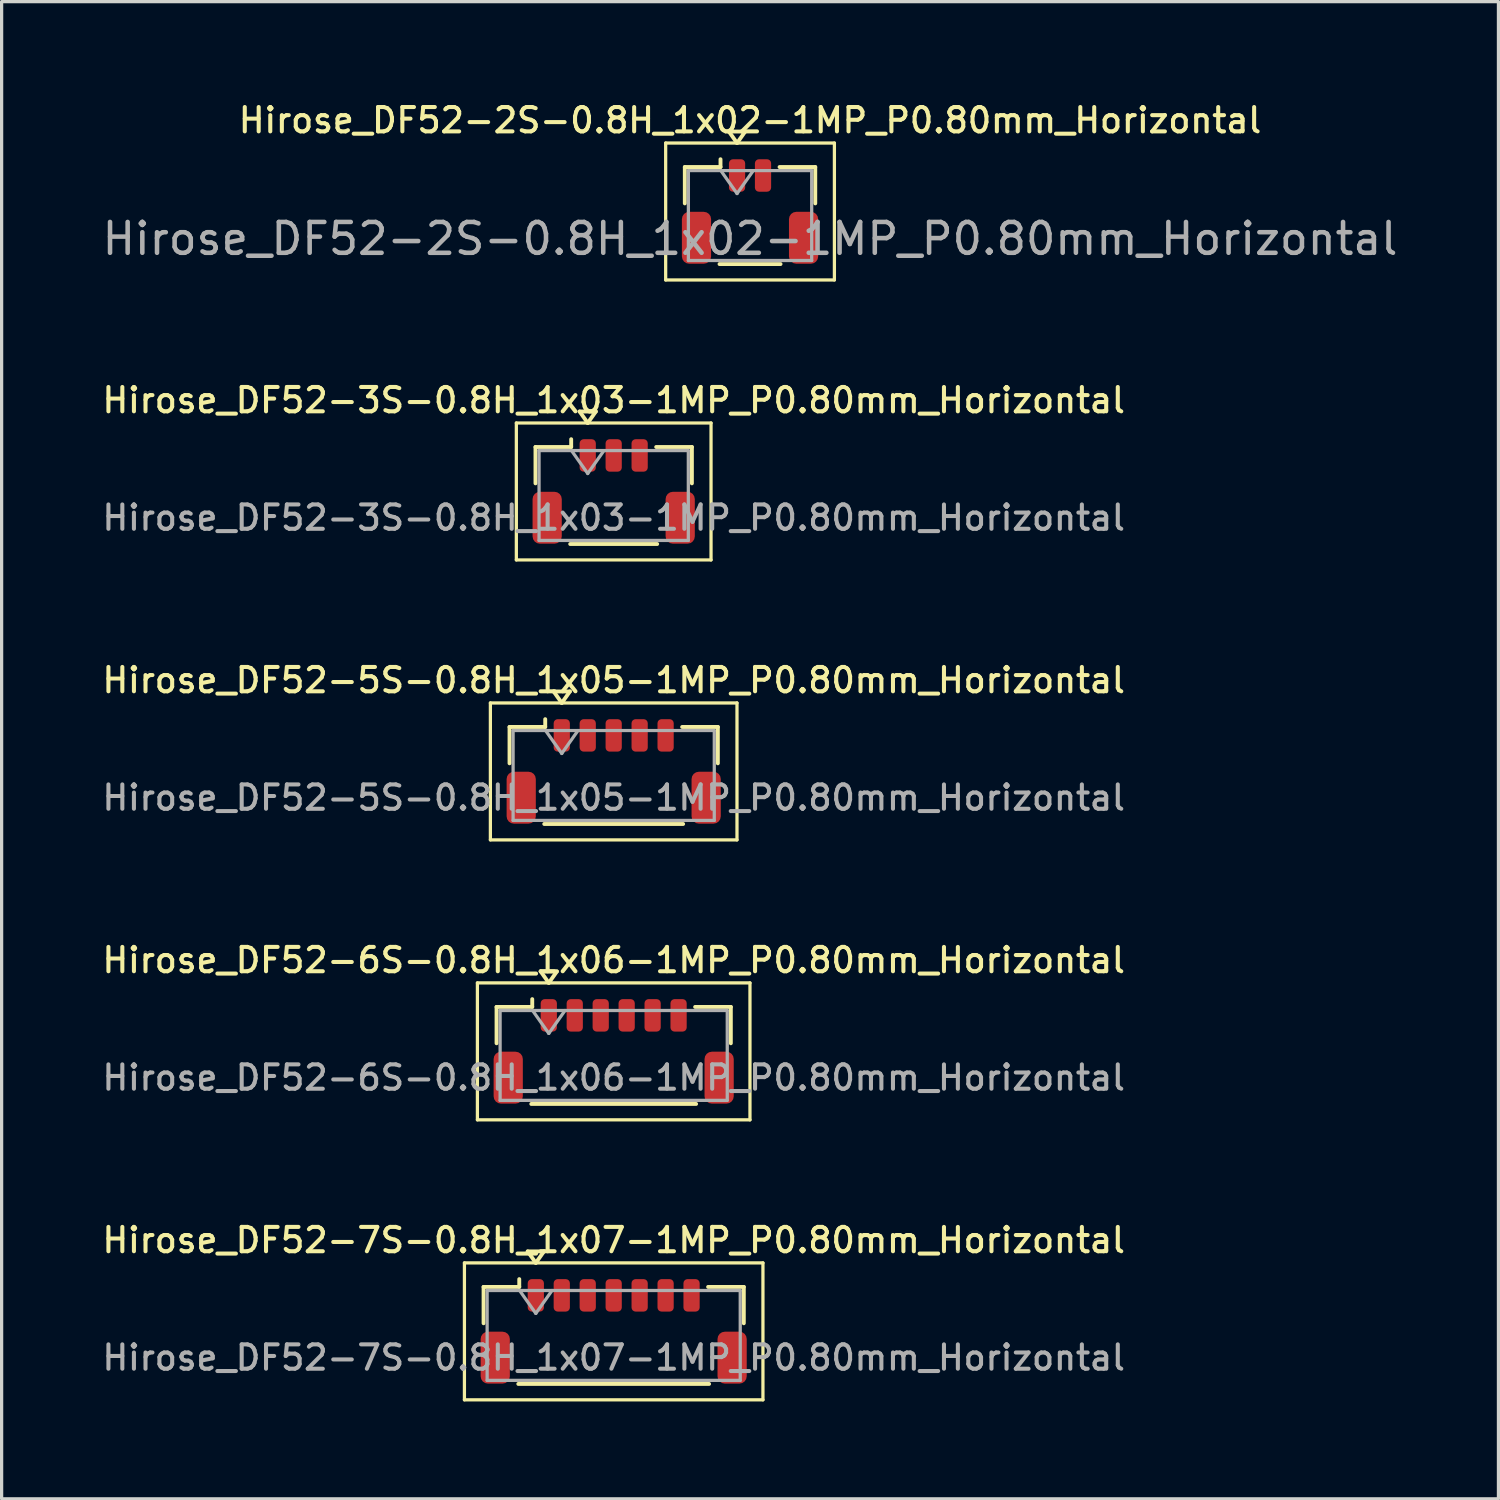
<source format=kicad_pcb>
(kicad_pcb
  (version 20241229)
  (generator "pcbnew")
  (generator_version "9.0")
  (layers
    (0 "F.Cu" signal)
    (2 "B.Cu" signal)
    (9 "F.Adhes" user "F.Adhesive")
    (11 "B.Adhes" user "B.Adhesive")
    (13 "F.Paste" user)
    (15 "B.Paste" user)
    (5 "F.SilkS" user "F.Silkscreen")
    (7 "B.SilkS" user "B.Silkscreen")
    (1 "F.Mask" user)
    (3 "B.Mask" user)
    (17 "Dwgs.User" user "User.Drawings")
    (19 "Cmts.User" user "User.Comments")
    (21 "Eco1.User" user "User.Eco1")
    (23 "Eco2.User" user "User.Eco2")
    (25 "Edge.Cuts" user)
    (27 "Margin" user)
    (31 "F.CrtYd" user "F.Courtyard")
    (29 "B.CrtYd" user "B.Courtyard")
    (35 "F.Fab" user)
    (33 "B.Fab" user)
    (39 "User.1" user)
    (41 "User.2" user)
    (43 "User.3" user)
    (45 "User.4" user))
  (footprint "Hirose_DF52-7S-0.8H_1x07-1MP_P0.80mm_Horizontal"
    (layer "F.Cu")
    (at 15.863 37.981)
    (property "Reference" "Hirose_DF52-7S-0.8H_1x07-1MP_P0.80mm_Horizontal" (at 0 -2.81 0) (layer "F.SilkS") (effects (font (size 0.75 0.75) (thickness 0.125))))
    (attr smd)
    (fp_line (start -4.6 -2.11) (end -4.6 2.11) (stroke (width 0.1) (type solid)) (layer "F.SilkS"))
    (fp_line (start -4.6 2.11) (end 4.6 2.11) (stroke (width 0.1) (type solid)) (layer "F.SilkS"))
    (fp_line (start -4.01 -1.37) (end -2.91 -1.37) (stroke (width 0.12) (type solid)) (layer "F.SilkS"))
    (fp_line (start -4.01 -0.25) (end -4.01 -1.37) (stroke (width 0.12) (type solid)) (layer "F.SilkS"))
    (fp_line (start -2.94 1.62) (end 2.94 1.62) (stroke (width 0.12) (type solid)) (layer "F.SilkS"))
    (fp_line (start -2.91 -1.37) (end -2.91 -1.61) (stroke (width 0.12) (type solid)) (layer "F.SilkS"))
    (fp_line (start -2.65 -2.464) (end -2.4 -2.11) (stroke (width 0.12) (type solid)) (layer "F.SilkS"))
    (fp_line (start -2.4 -2.11) (end -2.15 -2.464) (stroke (width 0.12) (type solid)) (layer "F.SilkS"))
    (fp_line (start -2.15 -2.464) (end -2.65 -2.464) (stroke (width 0.12) (type solid)) (layer "F.SilkS"))
    (fp_line (start 4.01 -1.37) (end 2.91 -1.37) (stroke (width 0.12) (type solid)) (layer "F.SilkS"))
    (fp_line (start 4.01 -0.25) (end 4.01 -1.37) (stroke (width 0.12) (type solid)) (layer "F.SilkS"))
    (fp_line (start 4.6 -2.11) (end -4.6 -2.11) (stroke (width 0.1) (type solid)) (layer "F.SilkS"))
    (fp_line (start 4.6 2.11) (end 4.6 -2.11) (stroke (width 0.1) (type solid)) (layer "F.SilkS"))
    (fp_line (start -3.9 -1.26) (end -3.9 1.51) (stroke (width 0.1) (type solid)) (layer "F.Fab"))
    (fp_line (start -3.9 -1.26) (end 3.9 -1.26) (stroke (width 0.1) (type solid)) (layer "F.Fab"))
    (fp_line (start -3.9 1.51) (end 3.9 1.51) (stroke (width 0.1) (type solid)) (layer "F.Fab"))
    (fp_line (start -2.9 -1.26) (end -2.4 -0.553) (stroke (width 0.1) (type solid)) (layer "F.Fab"))
    (fp_line (start -2.4 -0.553) (end -1.9 -1.26) (stroke (width 0.1) (type solid)) (layer "F.Fab"))
    (fp_line (start 3.9 -1.26) (end 3.9 1.51) (stroke (width 0.1) (type solid)) (layer "F.Fab"))
    (fp_text user "${REFERENCE}" (at 0 0.81 0) (layer "F.Fab") (effects (font (size 0.75 0.75) (thickness 0.125))))
    (pad "1" smd roundrect (at -2.4 -1.11) (size 0.5 1) (layers "F.Cu" "F.Mask" "F.Paste") (roundrect_rratio 0.25))
    (pad "2" smd roundrect (at -1.6 -1.11) (size 0.5 1) (layers "F.Cu" "F.Mask" "F.Paste") (roundrect_rratio 0.25))
    (pad "3" smd roundrect (at -0.8 -1.11) (size 0.5 1) (layers "F.Cu" "F.Mask" "F.Paste") (roundrect_rratio 0.25))
    (pad "4" smd roundrect (at 0 -1.11) (size 0.5 1) (layers "F.Cu" "F.Mask" "F.Paste") (roundrect_rratio 0.25))
    (pad "5" smd roundrect (at 0.8 -1.11) (size 0.5 1) (layers "F.Cu" "F.Mask" "F.Paste") (roundrect_rratio 0.25))
    (pad "6" smd roundrect (at 1.6 -1.11) (size 0.5 1) (layers "F.Cu" "F.Mask" "F.Paste") (roundrect_rratio 0.25))
    (pad "7" smd roundrect (at 2.4 -1.11) (size 0.5 1) (layers "F.Cu" "F.Mask" "F.Paste") (roundrect_rratio 0.25))
    (pad "MP" smd roundrect (at -3.65 0.81) (size 0.9 1.6) (layers "F.Cu" "F.Mask" "F.Paste") (roundrect_rratio 0.25))
    (pad "MP" smd roundrect (at 3.65 0.81) (size 0.9 1.6) (layers "F.Cu" "F.Mask" "F.Paste") (roundrect_rratio 0.25)))
  (footprint "Hirose_DF52-3S-0.8H_1x03-1MP_P0.80mm_Horizontal"
    (layer "F.Cu")
    (at 15.863 12.096)
    (property "Reference" "Hirose_DF52-3S-0.8H_1x03-1MP_P0.80mm_Horizontal" (at 0 -2.81 0) (layer "F.SilkS") (effects (font (size 0.75 0.75) (thickness 0.125))))
    (attr smd)
    (fp_line (start -3 -2.11) (end -3 2.11) (stroke (width 0.1) (type solid)) (layer "F.SilkS"))
    (fp_line (start -3 2.11) (end 3 2.11) (stroke (width 0.1) (type solid)) (layer "F.SilkS"))
    (fp_line (start -2.41 -1.37) (end -1.31 -1.37) (stroke (width 0.12) (type solid)) (layer "F.SilkS"))
    (fp_line (start -2.41 -0.25) (end -2.41 -1.37) (stroke (width 0.12) (type solid)) (layer "F.SilkS"))
    (fp_line (start -1.34 1.62) (end 1.34 1.62) (stroke (width 0.12) (type solid)) (layer "F.SilkS"))
    (fp_line (start -1.31 -1.37) (end -1.31 -1.61) (stroke (width 0.12) (type solid)) (layer "F.SilkS"))
    (fp_line (start -1.05 -2.464) (end -0.8 -2.11) (stroke (width 0.12) (type solid)) (layer "F.SilkS"))
    (fp_line (start -0.8 -2.11) (end -0.55 -2.464) (stroke (width 0.12) (type solid)) (layer "F.SilkS"))
    (fp_line (start -0.55 -2.464) (end -1.05 -2.464) (stroke (width 0.12) (type solid)) (layer "F.SilkS"))
    (fp_line (start 2.41 -1.37) (end 1.31 -1.37) (stroke (width 0.12) (type solid)) (layer "F.SilkS"))
    (fp_line (start 2.41 -0.25) (end 2.41 -1.37) (stroke (width 0.12) (type solid)) (layer "F.SilkS"))
    (fp_line (start 3 -2.11) (end -3 -2.11) (stroke (width 0.1) (type solid)) (layer "F.SilkS"))
    (fp_line (start 3 2.11) (end 3 -2.11) (stroke (width 0.1) (type solid)) (layer "F.SilkS"))
    (fp_line (start -2.3 -1.26) (end -2.3 1.51) (stroke (width 0.1) (type solid)) (layer "F.Fab"))
    (fp_line (start -2.3 -1.26) (end 2.3 -1.26) (stroke (width 0.1) (type solid)) (layer "F.Fab"))
    (fp_line (start -2.3 1.51) (end 2.3 1.51) (stroke (width 0.1) (type solid)) (layer "F.Fab"))
    (fp_line (start -1.3 -1.26) (end -0.8 -0.553) (stroke (width 0.1) (type solid)) (layer "F.Fab"))
    (fp_line (start -0.8 -0.553) (end -0.3 -1.26) (stroke (width 0.1) (type solid)) (layer "F.Fab"))
    (fp_line (start 2.3 -1.26) (end 2.3 1.51) (stroke (width 0.1) (type solid)) (layer "F.Fab"))
    (fp_text user "${REFERENCE}" (at 0 0.81 0) (layer "F.Fab") (effects (font (size 0.75 0.75) (thickness 0.125))))
    (pad "1" smd roundrect (at -0.8 -1.11) (size 0.5 1) (layers "F.Cu" "F.Mask" "F.Paste") (roundrect_rratio 0.25))
    (pad "2" smd roundrect (at 0 -1.11) (size 0.5 1) (layers "F.Cu" "F.Mask" "F.Paste") (roundrect_rratio 0.25))
    (pad "3" smd roundrect (at 0.8 -1.11) (size 0.5 1) (layers "F.Cu" "F.Mask" "F.Paste") (roundrect_rratio 0.25))
    (pad "MP" smd roundrect (at -2.05 0.81) (size 0.9 1.6) (layers "F.Cu" "F.Mask" "F.Paste") (roundrect_rratio 0.25))
    (pad "MP" smd roundrect (at 2.05 0.81) (size 0.9 1.6) (layers "F.Cu" "F.Mask" "F.Paste") (roundrect_rratio 0.25)))
  (footprint "Hirose_DF52-6S-0.8H_1x06-1MP_P0.80mm_Horizontal"
    (layer "F.Cu")
    (at 15.863 29.352)
    (property "Reference" "Hirose_DF52-6S-0.8H_1x06-1MP_P0.80mm_Horizontal" (at 0 -2.81 0) (layer "F.SilkS") (effects (font (size 0.75 0.75) (thickness 0.125))))
    (attr smd)
    (fp_line (start -4.2 -2.11) (end -4.2 2.11) (stroke (width 0.1) (type solid)) (layer "F.SilkS"))
    (fp_line (start -4.2 2.11) (end 4.2 2.11) (stroke (width 0.1) (type solid)) (layer "F.SilkS"))
    (fp_line (start -3.61 -1.37) (end -2.51 -1.37) (stroke (width 0.12) (type solid)) (layer "F.SilkS"))
    (fp_line (start -3.61 -0.25) (end -3.61 -1.37) (stroke (width 0.12) (type solid)) (layer "F.SilkS"))
    (fp_line (start -2.54 1.62) (end 2.54 1.62) (stroke (width 0.12) (type solid)) (layer "F.SilkS"))
    (fp_line (start -2.51 -1.37) (end -2.51 -1.61) (stroke (width 0.12) (type solid)) (layer "F.SilkS"))
    (fp_line (start -2.25 -2.464) (end -2 -2.11) (stroke (width 0.12) (type solid)) (layer "F.SilkS"))
    (fp_line (start -2 -2.11) (end -1.75 -2.464) (stroke (width 0.12) (type solid)) (layer "F.SilkS"))
    (fp_line (start -1.75 -2.464) (end -2.25 -2.464) (stroke (width 0.12) (type solid)) (layer "F.SilkS"))
    (fp_line (start 3.61 -1.37) (end 2.51 -1.37) (stroke (width 0.12) (type solid)) (layer "F.SilkS"))
    (fp_line (start 3.61 -0.25) (end 3.61 -1.37) (stroke (width 0.12) (type solid)) (layer "F.SilkS"))
    (fp_line (start 4.2 -2.11) (end -4.2 -2.11) (stroke (width 0.1) (type solid)) (layer "F.SilkS"))
    (fp_line (start 4.2 2.11) (end 4.2 -2.11) (stroke (width 0.1) (type solid)) (layer "F.SilkS"))
    (fp_line (start -3.5 -1.26) (end -3.5 1.51) (stroke (width 0.1) (type solid)) (layer "F.Fab"))
    (fp_line (start -3.5 -1.26) (end 3.5 -1.26) (stroke (width 0.1) (type solid)) (layer "F.Fab"))
    (fp_line (start -3.5 1.51) (end 3.5 1.51) (stroke (width 0.1) (type solid)) (layer "F.Fab"))
    (fp_line (start -2.5 -1.26) (end -2 -0.553) (stroke (width 0.1) (type solid)) (layer "F.Fab"))
    (fp_line (start -2 -0.553) (end -1.5 -1.26) (stroke (width 0.1) (type solid)) (layer "F.Fab"))
    (fp_line (start 3.5 -1.26) (end 3.5 1.51) (stroke (width 0.1) (type solid)) (layer "F.Fab"))
    (fp_text user "${REFERENCE}" (at 0 0.81 0) (layer "F.Fab") (effects (font (size 0.75 0.75) (thickness 0.125))))
    (pad "1" smd roundrect (at -2 -1.11) (size 0.5 1) (layers "F.Cu" "F.Mask" "F.Paste") (roundrect_rratio 0.25))
    (pad "2" smd roundrect (at -1.2 -1.11) (size 0.5 1) (layers "F.Cu" "F.Mask" "F.Paste") (roundrect_rratio 0.25))
    (pad "3" smd roundrect (at -0.4 -1.11) (size 0.5 1) (layers "F.Cu" "F.Mask" "F.Paste") (roundrect_rratio 0.25))
    (pad "4" smd roundrect (at 0.4 -1.11) (size 0.5 1) (layers "F.Cu" "F.Mask" "F.Paste") (roundrect_rratio 0.25))
    (pad "5" smd roundrect (at 1.2 -1.11) (size 0.5 1) (layers "F.Cu" "F.Mask" "F.Paste") (roundrect_rratio 0.25))
    (pad "6" smd roundrect (at 2 -1.11) (size 0.5 1) (layers "F.Cu" "F.Mask" "F.Paste") (roundrect_rratio 0.25))
    (pad "MP" smd roundrect (at -3.25 0.81) (size 0.9 1.6) (layers "F.Cu" "F.Mask" "F.Paste") (roundrect_rratio 0.25))
    (pad "MP" smd roundrect (at 3.25 0.81) (size 0.9 1.6) (layers "F.Cu" "F.Mask" "F.Paste") (roundrect_rratio 0.25)))
  (footprint "Hirose_DF52-5S-0.8H_1x05-1MP_P0.80mm_Horizontal"
    (layer "F.Cu")
    (at 15.863 20.724)
    (property "Reference" "Hirose_DF52-5S-0.8H_1x05-1MP_P0.80mm_Horizontal" (at 0 -2.81 0) (layer "F.SilkS") (effects (font (size 0.75 0.75) (thickness 0.125))))
    (attr smd)
    (fp_line (start -3.8 -2.11) (end -3.8 2.11) (stroke (width 0.1) (type solid)) (layer "F.SilkS"))
    (fp_line (start -3.8 2.11) (end 3.8 2.11) (stroke (width 0.1) (type solid)) (layer "F.SilkS"))
    (fp_line (start -3.21 -1.37) (end -2.11 -1.37) (stroke (width 0.12) (type solid)) (layer "F.SilkS"))
    (fp_line (start -3.21 -0.25) (end -3.21 -1.37) (stroke (width 0.12) (type solid)) (layer "F.SilkS"))
    (fp_line (start -2.14 1.62) (end 2.14 1.62) (stroke (width 0.12) (type solid)) (layer "F.SilkS"))
    (fp_line (start -2.11 -1.37) (end -2.11 -1.61) (stroke (width 0.12) (type solid)) (layer "F.SilkS"))
    (fp_line (start -1.85 -2.464) (end -1.6 -2.11) (stroke (width 0.12) (type solid)) (layer "F.SilkS"))
    (fp_line (start -1.6 -2.11) (end -1.35 -2.464) (stroke (width 0.12) (type solid)) (layer "F.SilkS"))
    (fp_line (start -1.35 -2.464) (end -1.85 -2.464) (stroke (width 0.12) (type solid)) (layer "F.SilkS"))
    (fp_line (start 3.21 -1.37) (end 2.11 -1.37) (stroke (width 0.12) (type solid)) (layer "F.SilkS"))
    (fp_line (start 3.21 -0.25) (end 3.21 -1.37) (stroke (width 0.12) (type solid)) (layer "F.SilkS"))
    (fp_line (start 3.8 -2.11) (end -3.8 -2.11) (stroke (width 0.1) (type solid)) (layer "F.SilkS"))
    (fp_line (start 3.8 2.11) (end 3.8 -2.11) (stroke (width 0.1) (type solid)) (layer "F.SilkS"))
    (fp_line (start -3.1 -1.26) (end -3.1 1.51) (stroke (width 0.1) (type solid)) (layer "F.Fab"))
    (fp_line (start -3.1 -1.26) (end 3.1 -1.26) (stroke (width 0.1) (type solid)) (layer "F.Fab"))
    (fp_line (start -3.1 1.51) (end 3.1 1.51) (stroke (width 0.1) (type solid)) (layer "F.Fab"))
    (fp_line (start -2.1 -1.26) (end -1.6 -0.553) (stroke (width 0.1) (type solid)) (layer "F.Fab"))
    (fp_line (start -1.6 -0.553) (end -1.1 -1.26) (stroke (width 0.1) (type solid)) (layer "F.Fab"))
    (fp_line (start 3.1 -1.26) (end 3.1 1.51) (stroke (width 0.1) (type solid)) (layer "F.Fab"))
    (fp_text user "${REFERENCE}" (at 0 0.81 0) (layer "F.Fab") (effects (font (size 0.75 0.75) (thickness 0.125))))
    (pad "1" smd roundrect (at -1.6 -1.11) (size 0.5 1) (layers "F.Cu" "F.Mask" "F.Paste") (roundrect_rratio 0.25))
    (pad "2" smd roundrect (at -0.8 -1.11) (size 0.5 1) (layers "F.Cu" "F.Mask" "F.Paste") (roundrect_rratio 0.25))
    (pad "3" smd roundrect (at 0 -1.11) (size 0.5 1) (layers "F.Cu" "F.Mask" "F.Paste") (roundrect_rratio 0.25))
    (pad "4" smd roundrect (at 0.8 -1.11) (size 0.5 1) (layers "F.Cu" "F.Mask" "F.Paste") (roundrect_rratio 0.25))
    (pad "5" smd roundrect (at 1.6 -1.11) (size 0.5 1) (layers "F.Cu" "F.Mask" "F.Paste") (roundrect_rratio 0.25))
    (pad "MP" smd roundrect (at -2.85 0.81) (size 0.9 1.6) (layers "F.Cu" "F.Mask" "F.Paste") (roundrect_rratio 0.25))
    (pad "MP" smd roundrect (at 2.85 0.81) (size 0.9 1.6) (layers "F.Cu" "F.Mask" "F.Paste") (roundrect_rratio 0.25)))
  (footprint "Hirose_DF52-2S-0.8H_1x02-1MP_P0.80mm_Horizontal"
    (layer "F.Cu")
    (at 20.065 3.468)
    (property "Reference" "Hirose_DF52-2S-0.8H_1x02-1MP_P0.80mm_Horizontal" (at 0 -2.81 0) (layer "F.SilkS") (effects (font (size 0.75 0.75) (thickness 0.125))))
    (attr smd)
    (fp_line (start -2.6 -2.11) (end -2.6 2.11) (stroke (width 0.1) (type solid)) (layer "F.SilkS"))
    (fp_line (start -2.6 2.11) (end 2.6 2.11) (stroke (width 0.1) (type solid)) (layer "F.SilkS"))
    (fp_line (start -2.01 -1.37) (end -0.91 -1.37) (stroke (width 0.12) (type solid)) (layer "F.SilkS"))
    (fp_line (start -2.01 -0.25) (end -2.01 -1.37) (stroke (width 0.12) (type solid)) (layer "F.SilkS"))
    (fp_line (start -0.94 1.62) (end 0.94 1.62) (stroke (width 0.12) (type solid)) (layer "F.SilkS"))
    (fp_line (start -0.91 -1.37) (end -0.91 -1.61) (stroke (width 0.12) (type solid)) (layer "F.SilkS"))
    (fp_line (start -0.65 -2.464) (end -0.4 -2.11) (stroke (width 0.12) (type solid)) (layer "F.SilkS"))
    (fp_line (start -0.4 -2.11) (end -0.15 -2.464) (stroke (width 0.12) (type solid)) (layer "F.SilkS"))
    (fp_line (start -0.15 -2.464) (end -0.65 -2.464) (stroke (width 0.12) (type solid)) (layer "F.SilkS"))
    (fp_line (start 2.01 -1.37) (end 0.91 -1.37) (stroke (width 0.12) (type solid)) (layer "F.SilkS"))
    (fp_line (start 2.01 -0.25) (end 2.01 -1.37) (stroke (width 0.12) (type solid)) (layer "F.SilkS"))
    (fp_line (start 2.6 -2.11) (end -2.6 -2.11) (stroke (width 0.1) (type solid)) (layer "F.SilkS"))
    (fp_line (start 2.6 2.11) (end 2.6 -2.11) (stroke (width 0.1) (type solid)) (layer "F.SilkS"))
    (fp_line (start -1.9 -1.26) (end -1.9 1.51) (stroke (width 0.1) (type solid)) (layer "F.Fab"))
    (fp_line (start -1.9 -1.26) (end 1.9 -1.26) (stroke (width 0.1) (type solid)) (layer "F.Fab"))
    (fp_line (start -1.9 1.51) (end 1.9 1.51) (stroke (width 0.1) (type solid)) (layer "F.Fab"))
    (fp_line (start -0.9 -1.26) (end -0.4 -0.553) (stroke (width 0.1) (type solid)) (layer "F.Fab"))
    (fp_line (start -0.4 -0.553) (end 0.1 -1.26) (stroke (width 0.1) (type solid)) (layer "F.Fab"))
    (fp_line (start 1.9 -1.26) (end 1.9 1.51) (stroke (width 0.1) (type solid)) (layer "F.Fab"))
    (fp_text user "${REFERENCE}" (at 0 0.84 0) (layer "F.Fab") (effects (font (size 0.95 0.95) (thickness 0.14))))
    (pad "1" smd roundrect (at -0.4 -1.11) (size 0.5 1) (layers "F.Cu" "F.Mask" "F.Paste") (roundrect_rratio 0.25))
    (pad "2" smd roundrect (at 0.4 -1.11) (size 0.5 1) (layers "F.Cu" "F.Mask" "F.Paste") (roundrect_rratio 0.25))
    (pad "MP" smd roundrect (at -1.65 0.81) (size 0.9 1.6) (layers "F.Cu" "F.Mask" "F.Paste") (roundrect_rratio 0.25))
    (pad "MP" smd roundrect (at 1.65 0.81) (size 0.9 1.6) (layers "F.Cu" "F.Mask" "F.Paste") (roundrect_rratio 0.25)))
  (gr_rect
    (start -3 -3)
    (end 43.13 43.141)
    (stroke (width 0.1) (type default))
    (fill no)
    (layer "Edge.Cuts")))
</source>
